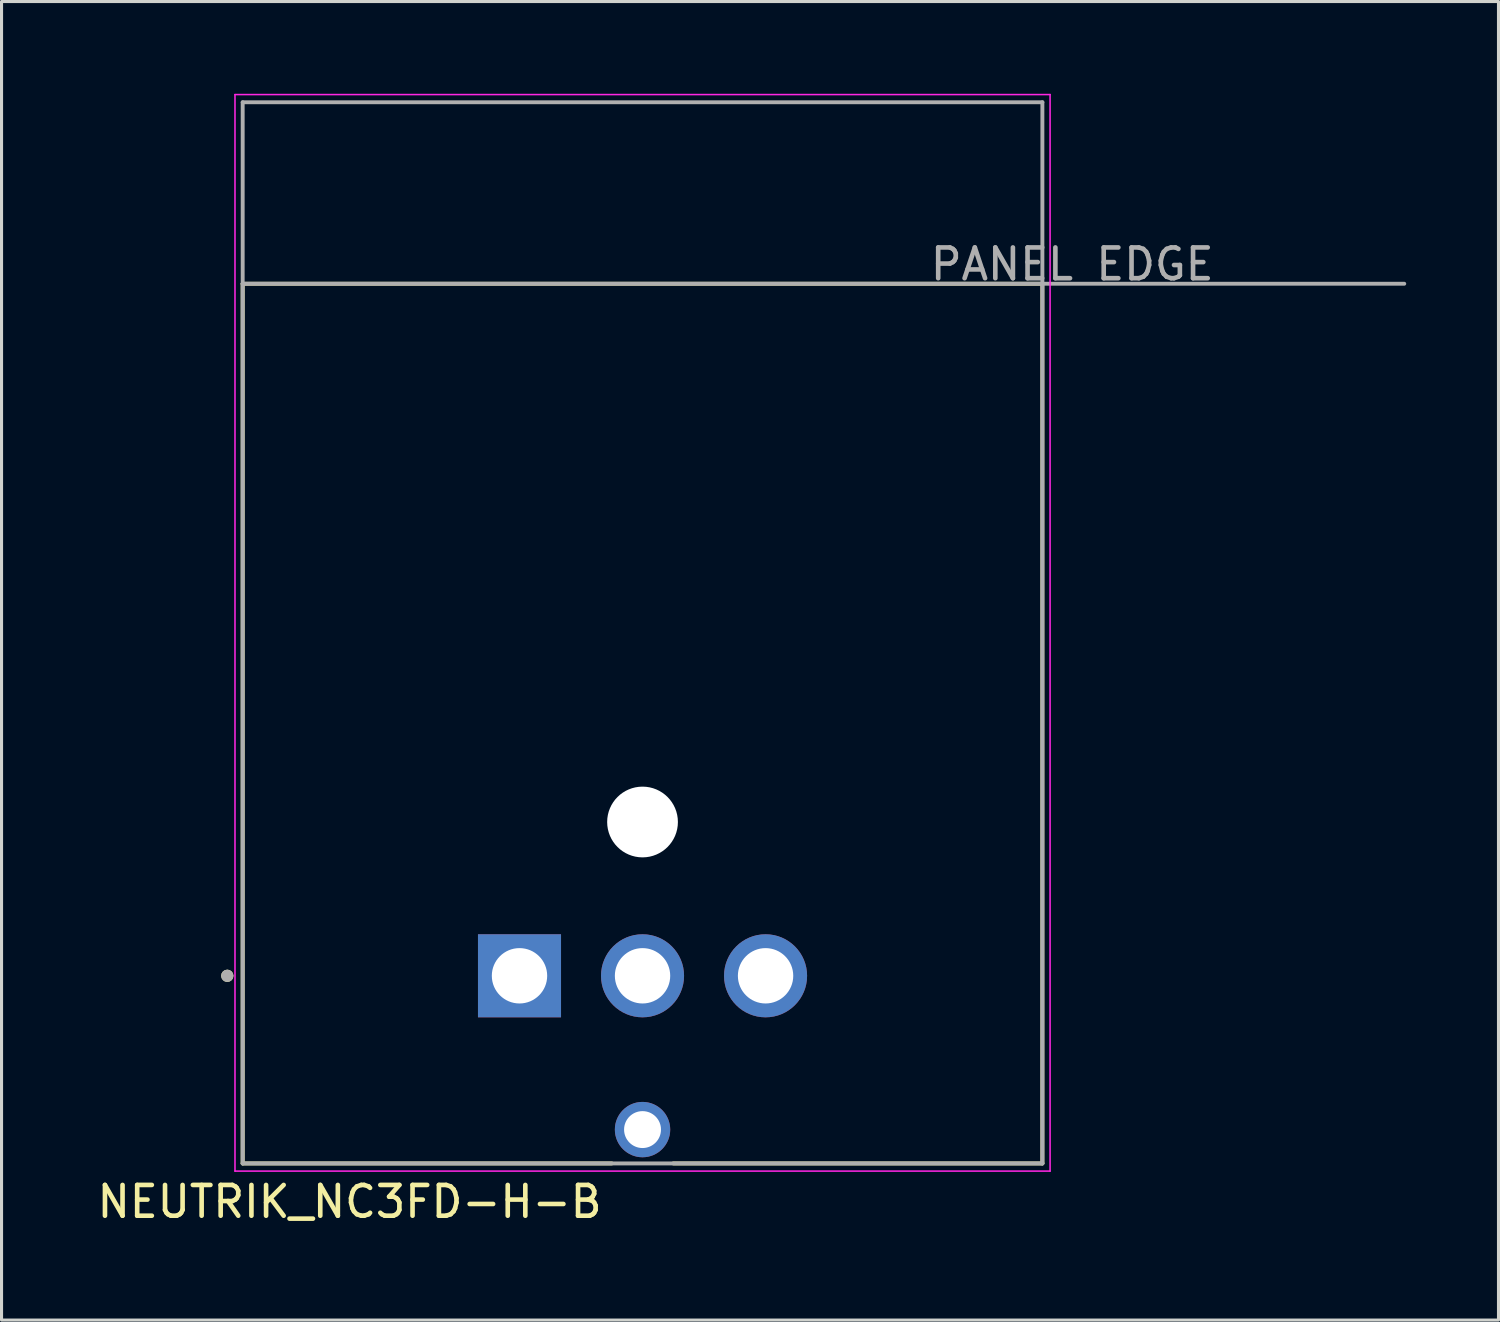
<source format=kicad_pcb>
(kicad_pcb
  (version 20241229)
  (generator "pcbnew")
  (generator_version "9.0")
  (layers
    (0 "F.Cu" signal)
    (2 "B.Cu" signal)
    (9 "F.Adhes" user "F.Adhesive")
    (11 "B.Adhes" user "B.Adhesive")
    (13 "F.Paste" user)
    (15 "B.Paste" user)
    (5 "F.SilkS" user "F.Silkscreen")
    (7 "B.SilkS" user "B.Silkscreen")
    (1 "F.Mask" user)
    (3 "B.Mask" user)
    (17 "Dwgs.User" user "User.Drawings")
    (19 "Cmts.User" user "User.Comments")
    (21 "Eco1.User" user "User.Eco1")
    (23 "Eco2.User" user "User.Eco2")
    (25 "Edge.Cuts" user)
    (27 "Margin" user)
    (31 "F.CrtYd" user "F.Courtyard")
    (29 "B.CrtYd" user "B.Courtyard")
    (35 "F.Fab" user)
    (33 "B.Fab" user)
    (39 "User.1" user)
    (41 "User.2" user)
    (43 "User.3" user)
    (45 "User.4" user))
  (footprint "NEUTRIK_NC3FD-H-B"
    (layer "F.Cu")
    (at 17.84 6.175)
    (property "Reference" "NEUTRIK_NC3FD-H-B" (at -9.525 29.845 0) (layer "F.SilkS") (effects (font (size 1 1) (thickness 0.15))))
    (attr through_hole)
    (fp_line (start -13 0) (end 13 0) (stroke (width 0.127) (type solid)) (layer "F.SilkS"))
    (fp_line (start -13 28.6) (end -13 0) (stroke (width 0.127) (type solid)) (layer "F.SilkS"))
    (fp_line (start -13 28.6) (end -1 28.6) (stroke (width 0.127) (type solid)) (layer "F.SilkS"))
    (fp_line (start 13 0) (end 13 28.6) (stroke (width 0.127) (type solid)) (layer "F.SilkS"))
    (fp_line (start 13 28.6) (end 1 28.6) (stroke (width 0.127) (type solid)) (layer "F.SilkS"))
    (fp_circle (center -13.5 22.5) (end -13.4 22.5) (stroke (width 0.2) (type solid)) (fill no) (layer "F.SilkS"))
    (fp_line (start -13.25 -6.15) (end 13.25 -6.15) (stroke (width 0.05) (type solid)) (layer "F.CrtYd"))
    (fp_line (start -13.25 28.85) (end -13.25 -6.15) (stroke (width 0.05) (type solid)) (layer "F.CrtYd"))
    (fp_line (start 13.25 -6.15) (end 13.25 28.85) (stroke (width 0.05) (type solid)) (layer "F.CrtYd"))
    (fp_line (start 13.25 28.85) (end -13.25 28.85) (stroke (width 0.05) (type solid)) (layer "F.CrtYd"))
    (fp_line (start -13 -5.9) (end 13 -5.9) (stroke (width 0.127) (type solid)) (layer "F.Fab"))
    (fp_line (start -13 0) (end -13 -5.9) (stroke (width 0.127) (type solid)) (layer "F.Fab"))
    (fp_line (start -13 0) (end 24.765 0) (stroke (width 0.127) (type solid)) (layer "F.Fab"))
    (fp_line (start -13 28.6) (end -13 0) (stroke (width 0.127) (type solid)) (layer "F.Fab"))
    (fp_line (start 13 -5.9) (end 13 28.6) (stroke (width 0.127) (type solid)) (layer "F.Fab"))
    (fp_line (start 13 28.6) (end -13 28.6) (stroke (width 0.127) (type solid)) (layer "F.Fab"))
    (fp_circle (center -13.5 22.5) (end -13.4 22.5) (stroke (width 0.2) (type solid)) (fill no) (layer "F.Fab"))
    (fp_text user "PANEL EDGE" (at 13.97 -0.635 0) (layer "F.Fab") (effects (font (size 1 1) (thickness 0.15))))
    (pad "" np_thru_hole circle (at 0 17.5) (size 2.3 2.3) (drill 2.3) (layers "*.Cu" "*.Mask"))
    (pad "1" thru_hole rect (at -4 22.5) (size 2.7 2.7) (drill 1.8) (layers "*.Cu" "*.Mask"))
    (pad "2" thru_hole circle (at 4 22.5) (size 2.7 2.7) (drill 1.8) (layers "*.Cu" "*.Mask"))
    (pad "3" thru_hole circle (at 0 22.5) (size 2.7 2.7) (drill 1.8) (layers "*.Cu" "*.Mask"))
    (pad "G" thru_hole circle (at 0 27.5) (size 1.8 1.8) (drill 1.2) (layers "*.Cu" "*.Mask")))
  (gr_rect
    (start -3 -3)
    (end 45.669 39.868)
    (stroke (width 0.1) (type default))
    (fill no)
    (layer "Edge.Cuts")))
</source>
